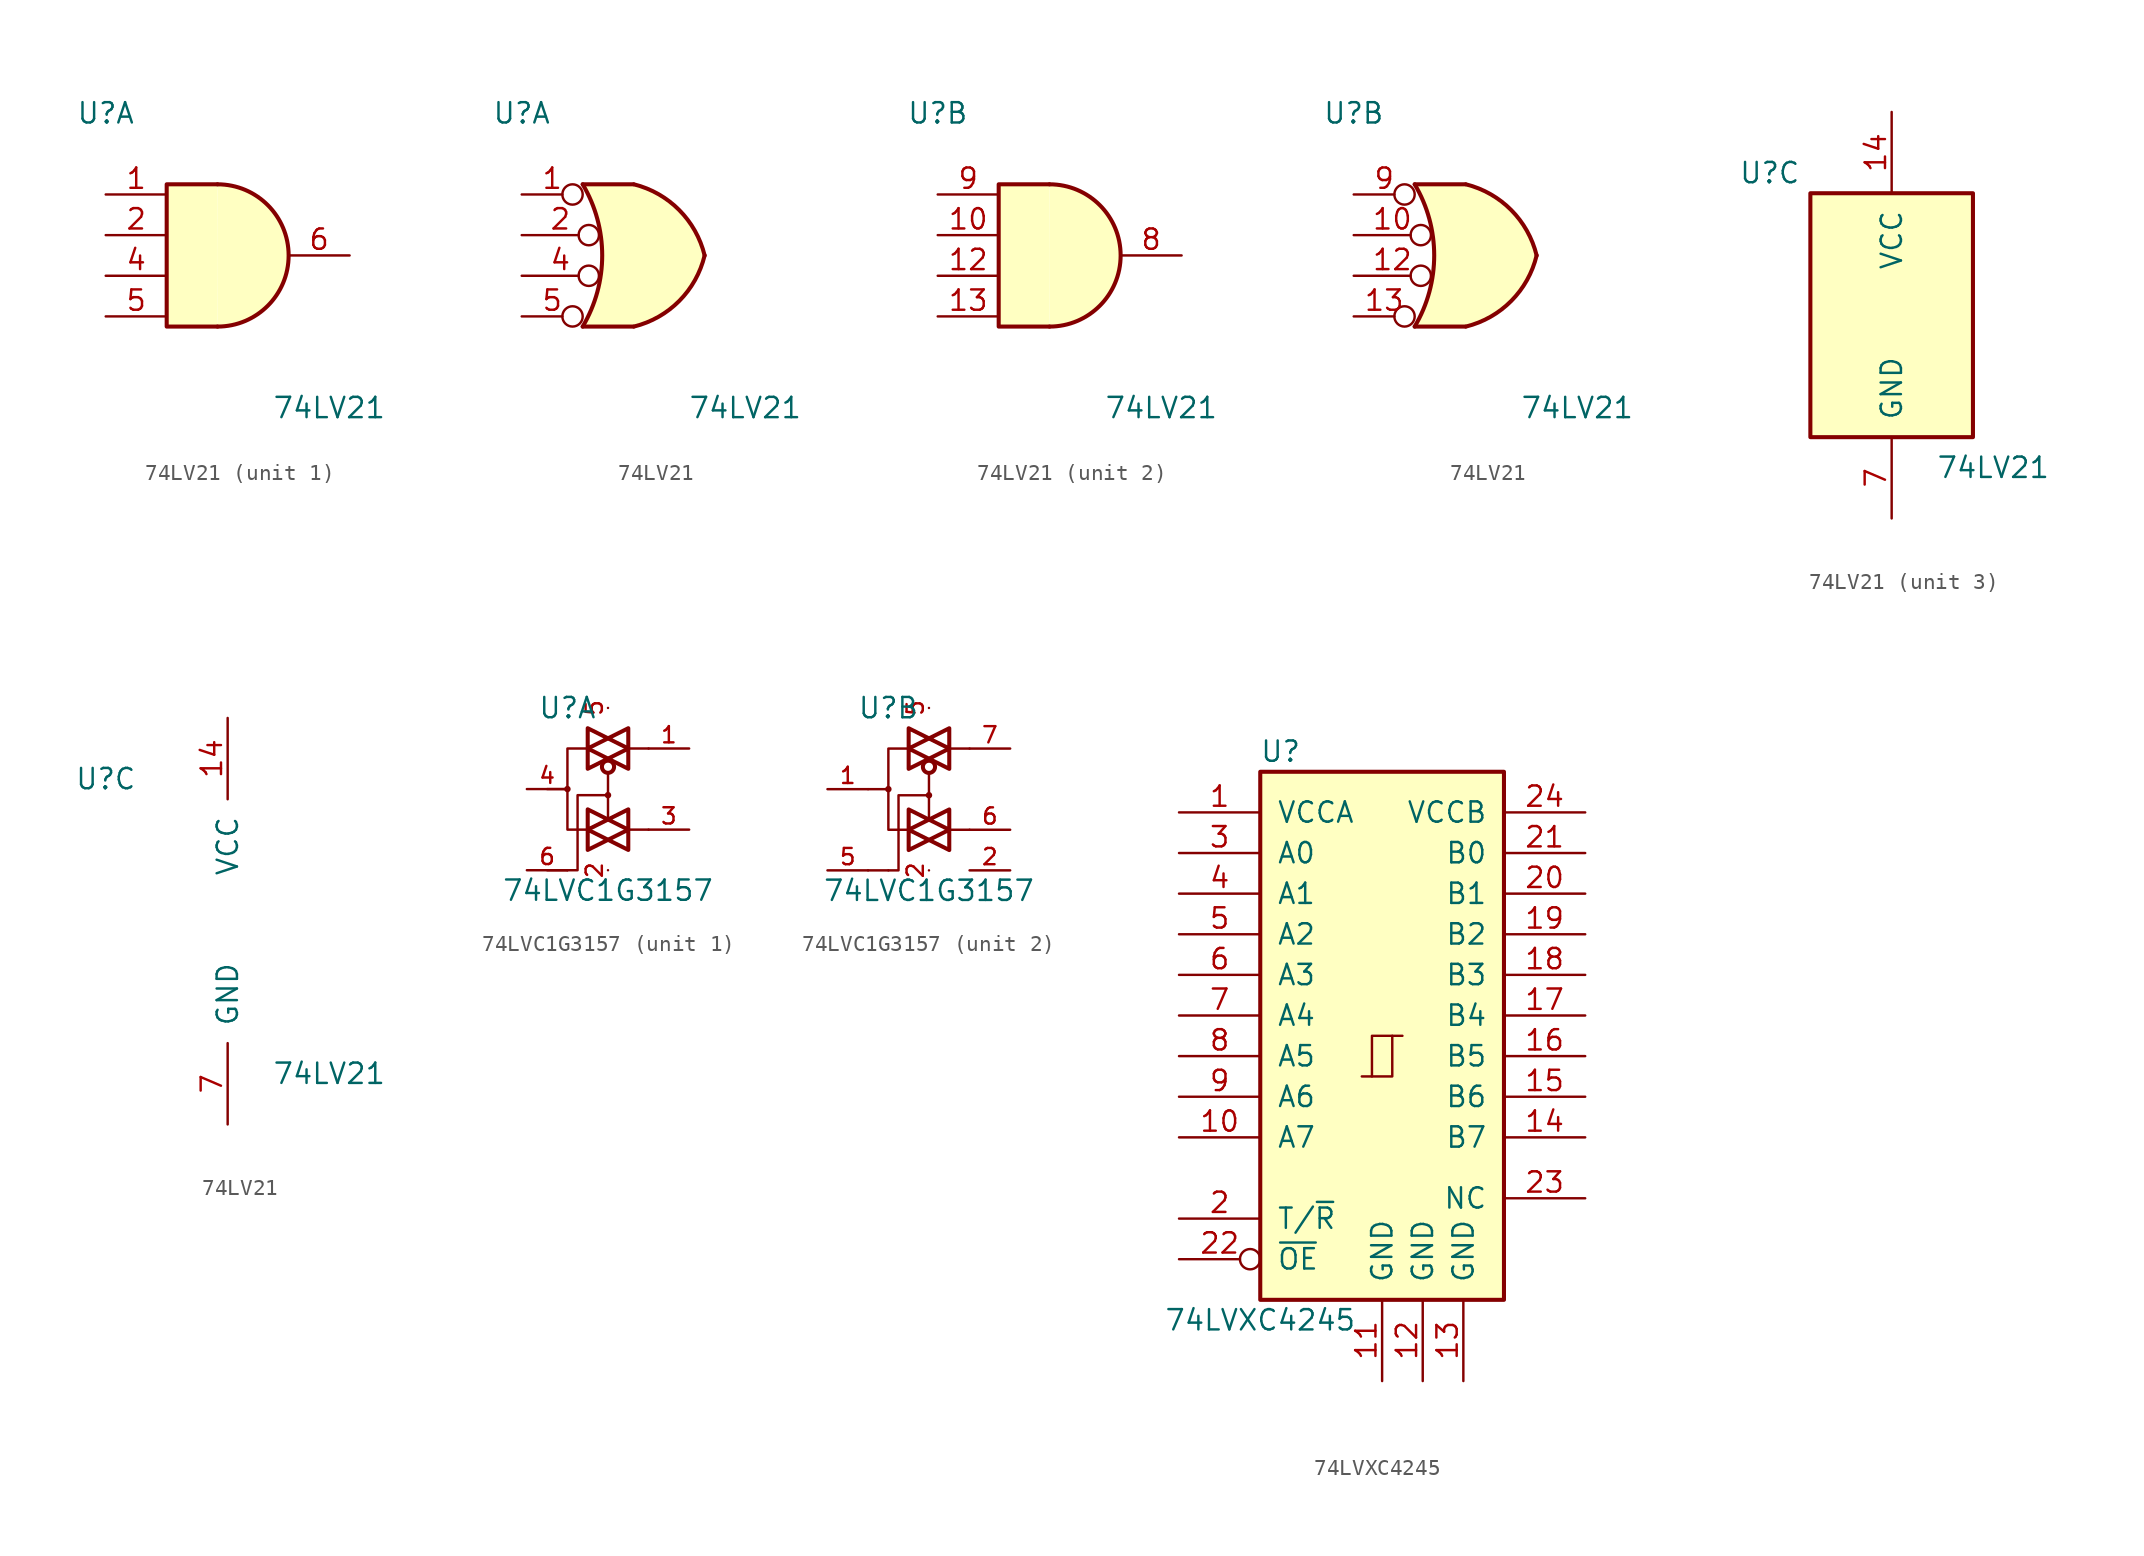
<source format=kicad_sym>
(kicad_symbol_lib
  (version 20211014)
  (generator kicad_symbol_editor)
  (symbol "74LV21"
    (pin_names
      (offset 1.016))
    (property "Reference" "U"
      (at -7.62 8.89 0)
      (effects (font (size 1.27 1.27))))
    (property "Value" "74LV21"
      (at 6.35 -9.525 0)
      (effects (font (size 1.27 1.27))))
    (property "ki_locked" ""
      (at 0 0 0)
      (effects (font (size 1.27 1.27))))
    (symbol "74LV21_1_1"
      (arc (start -0.635 -4.445) (mid 3.81 0) (end -0.635 4.445) (stroke (width 0.254) (type default) (color 0 0 0 0)) (fill (type background)))
      (polyline (pts (xy -0.635 4.445) (xy -3.81 4.445) (xy -3.81 -4.445) (xy -0.635 -4.445)) (stroke (width 0.254) (type default) (color 0 0 0 0)) (fill (type background)))
      (pin input line (at -7.62 3.81 0) (length 3.81) (name "~" (effects (font (size 1.27 1.27)))) (number "1" (effects (font (size 1.27 1.27)))))
      (pin input line (at -7.62 1.27 0) (length 3.81) (name "~" (effects (font (size 1.27 1.27)))) (number "2" (effects (font (size 1.27 1.27)))))
      (pin input line (at -7.62 -1.27 0) (length 3.81) (name "~" (effects (font (size 1.27 1.27)))) (number "4" (effects (font (size 1.27 1.27)))))
      (pin input line (at -7.62 -3.81 0) (length 3.81) (name "~" (effects (font (size 1.27 1.27)))) (number "5" (effects (font (size 1.27 1.27)))))
      (pin output line (at 7.62 0 180) (length 3.81) (name "~" (effects (font (size 1.27 1.27)))) (number "6" (effects (font (size 1.27 1.27))))))
    (symbol "74LV21_1_2"
      (arc (start -3.81 -4.445) (mid -2.5908 0) (end -3.81 4.445) (stroke (width 0.254) (type default) (color 0 0 0 0)) (fill (type none)))
      (arc (start -0.6096 -4.445) (mid 2.2246 -2.8422) (end 3.81 0) (stroke (width 0.254) (type default) (color 0 0 0 0)) (fill (type background)))
      (polyline (pts (xy -3.81 -4.445) (xy -0.635 -4.445)) (stroke (width 0.254) (type default) (color 0 0 0 0)) (fill (type background)))
      (polyline (pts (xy -3.81 4.445) (xy -0.635 4.445)) (stroke (width 0.254) (type default) (color 0 0 0 0)) (fill (type background)))
      (polyline (pts (xy -0.635 4.445) (xy -3.81 4.445) (xy -3.81 4.445) (xy -3.632 4.089) (xy -3.099 2.921) (xy -2.769 1.676) (xy -2.616 0.432) (xy -2.642 -0.864) (xy -2.87 -2.108) (xy -3.251 -3.327) (xy -3.81 -4.445) (xy -3.81 -4.445) (xy -0.635 -4.445)) (stroke (width -25.4) (type default) (color 0 0 0 0)) (fill (type background)))
      (arc (start 3.81 0) (mid 2.2204 2.8379) (end -0.6096 4.445) (stroke (width 0.254) (type default) (color 0 0 0 0)) (fill (type background)))
      (pin input inverted (at -7.62 3.81 0) (length 3.81) (name "~" (effects (font (size 1.27 1.27)))) (number "1" (effects (font (size 1.27 1.27)))))
      (pin input inverted (at -7.62 1.27 0) (length 4.826) (name "~" (effects (font (size 1.27 1.27)))) (number "2" (effects (font (size 1.27 1.27)))))
      (pin input inverted (at -7.62 -1.27 0) (length 4.826) (name "~" (effects (font (size 1.27 1.27)))) (number "4" (effects (font (size 1.27 1.27)))))
      (pin input inverted (at -7.62 -3.81 0) (length 3.81) (name "~" (effects (font (size 1.27 1.27)))) (number "5" (effects (font (size 1.27 1.27))))))
    (symbol "74LV21_2_1"
      (arc (start -0.635 -4.445) (mid 3.81 0) (end -0.635 4.445) (stroke (width 0.254) (type default) (color 0 0 0 0)) (fill (type background)))
      (polyline (pts (xy -0.635 4.445) (xy -3.81 4.445) (xy -3.81 -4.445) (xy -0.635 -4.445)) (stroke (width 0.254) (type default) (color 0 0 0 0)) (fill (type background)))
      (pin input line (at -7.62 1.27 0) (length 3.81) (name "~" (effects (font (size 1.27 1.27)))) (number "10" (effects (font (size 1.27 1.27)))))
      (pin input line (at -7.62 -1.27 0) (length 3.81) (name "~" (effects (font (size 1.27 1.27)))) (number "12" (effects (font (size 1.27 1.27)))))
      (pin input line (at -7.62 -3.81 0) (length 3.81) (name "~" (effects (font (size 1.27 1.27)))) (number "13" (effects (font (size 1.27 1.27)))))
      (pin output line (at 7.62 0 180) (length 3.81) (name "~" (effects (font (size 1.27 1.27)))) (number "8" (effects (font (size 1.27 1.27)))))
      (pin input line (at -7.62 3.81 0) (length 3.81) (name "~" (effects (font (size 1.27 1.27)))) (number "9" (effects (font (size 1.27 1.27))))))
    (symbol "74LV21_2_2"
      (arc (start -3.81 -4.445) (mid -2.5908 0) (end -3.81 4.445) (stroke (width 0.254) (type default) (color 0 0 0 0)) (fill (type none)))
      (arc (start -0.6096 -4.445) (mid 2.2246 -2.8422) (end 3.81 0) (stroke (width 0.254) (type default) (color 0 0 0 0)) (fill (type background)))
      (polyline (pts (xy -3.81 -4.445) (xy -0.635 -4.445)) (stroke (width 0.254) (type default) (color 0 0 0 0)) (fill (type background)))
      (polyline (pts (xy -3.81 4.445) (xy -0.635 4.445)) (stroke (width 0.254) (type default) (color 0 0 0 0)) (fill (type background)))
      (polyline (pts (xy -0.635 4.445) (xy -3.81 4.445) (xy -3.81 4.445) (xy -3.632 4.089) (xy -3.099 2.921) (xy -2.769 1.676) (xy -2.616 0.432) (xy -2.642 -0.864) (xy -2.87 -2.108) (xy -3.251 -3.327) (xy -3.81 -4.445) (xy -3.81 -4.445) (xy -0.635 -4.445)) (stroke (width -25.4) (type default) (color 0 0 0 0)) (fill (type background)))
      (arc (start 3.81 0) (mid 2.2204 2.8379) (end -0.6096 4.445) (stroke (width 0.254) (type default) (color 0 0 0 0)) (fill (type background)))
      (pin input inverted (at -7.62 1.27 0) (length 4.826) (name "~" (effects (font (size 1.27 1.27)))) (number "10" (effects (font (size 1.27 1.27)))))
      (pin input inverted (at -7.62 -1.27 0) (length 4.826) (name "~" (effects (font (size 1.27 1.27)))) (number "12" (effects (font (size 1.27 1.27)))))
      (pin input inverted (at -7.62 -3.81 0) (length 3.81) (name "~" (effects (font (size 1.27 1.27)))) (number "13" (effects (font (size 1.27 1.27)))))
      (pin input inverted (at -7.62 3.81 0) (length 3.81) (name "~" (effects (font (size 1.27 1.27)))) (number "9" (effects (font (size 1.27 1.27))))))
    (symbol "74LV21_3_0"
      (pin power_in line (at 0 12.7 270) (length 5.08) (name "VCC" (effects (font (size 1.27 1.27)))) (number "14" (effects (font (size 1.27 1.27)))))
      (pin power_in line (at 0 -12.7 90) (length 5.08) (name "GND" (effects (font (size 1.27 1.27)))) (number "7" (effects (font (size 1.27 1.27))))))
    (symbol "74LV21_3_1"
      (rectangle (start -5.08 7.62) (end 5.08 -7.62) (stroke (width 0.254) (type default) (color 0 0 0 0)) (fill (type background)))))
  (symbol "74LVC1G3157"
    (pin_names
      (offset 1.016))
    (property "Reference" "U"
      (at -2.54 5.08 0)
      (effects (font (size 1.27 1.27))))
    (property "Value" "74LVC1G3157"
      (at 0 -6.35 0)
      (effects (font (size 1.27 1.27))))
    (symbol "74LVC1G3157_0_1"
      (circle (center -2.54 0) (radius 0.127) (stroke (width 0) (type default) (color 0 0 0 0)) (fill (type none)))
      (circle (center 0 -0.381) (radius 0.127) (stroke (width 0) (type default) (color 0 0 0 0)) (fill (type none)))
      (polyline (pts (xy -3.81 -5.08) (xy -2.54 -5.08)) (stroke (width 0) (type default) (color 0 0 0 0)) (fill (type none)))
      (polyline (pts (xy -3.81 0) (xy -2.54 0)) (stroke (width 0) (type default) (color 0 0 0 0)) (fill (type none)))
      (polyline (pts (xy 2.54 -2.54) (xy 1.27 -2.54)) (stroke (width 0) (type default) (color 0 0 0 0)) (fill (type none)))
      (polyline (pts (xy 2.54 2.54) (xy 1.27 2.54)) (stroke (width 0) (type default) (color 0 0 0 0)) (fill (type none)))
      (polyline (pts (xy 0 1.016) (xy 0 0) (xy 0 -1.905)) (stroke (width 0) (type default) (color 0 0 0 0)) (fill (type none)))
      (polyline (pts (xy -1.27 -2.54) (xy 0 -3.175) (xy -1.27 -3.81) (xy -1.27 -2.54)) (stroke (width 0.254) (type default) (color 0 0 0 0)) (fill (type none)))
      (polyline (pts (xy -1.27 -1.27) (xy -1.27 -2.54) (xy 0 -1.905) (xy -1.27 -1.27)) (stroke (width 0.254) (type default) (color 0 0 0 0)) (fill (type none)))
      (polyline (pts (xy -1.27 2.54) (xy 0 1.905) (xy -1.27 1.27) (xy -1.27 2.54)) (stroke (width 0.254) (type default) (color 0 0 0 0)) (fill (type none)))
      (polyline (pts (xy -1.27 3.81) (xy 0 3.175) (xy -1.27 2.54) (xy -1.27 3.81)) (stroke (width 0.254) (type default) (color 0 0 0 0)) (fill (type none)))
      (polyline (pts (xy 0 -0.381) (xy -1.905 -0.381) (xy -1.905 -5.08) (xy -2.54 -5.08)) (stroke (width 0) (type default) (color 0 0 0 0)) (fill (type none)))
      (polyline (pts (xy 1.27 -2.54) (xy 0 -3.175) (xy 1.27 -3.81) (xy 1.27 -2.54)) (stroke (width 0.254) (type default) (color 0 0 0 0)) (fill (type none)))
      (polyline (pts (xy 1.27 -1.27) (xy 1.27 -2.54) (xy 0 -1.905) (xy 1.27 -1.27)) (stroke (width 0.254) (type default) (color 0 0 0 0)) (fill (type none)))
      (polyline (pts (xy 1.27 2.54) (xy 1.27 1.27) (xy 0 1.905) (xy 1.27 2.54)) (stroke (width 0.254) (type default) (color 0 0 0 0)) (fill (type none)))
      (polyline (pts (xy 1.27 2.54) (xy 1.27 3.81) (xy 0 3.175) (xy 1.27 2.54)) (stroke (width 0.254) (type default) (color 0 0 0 0)) (fill (type none)))
      (polyline (pts (xy -1.27 2.54) (xy -2.54 2.54) (xy -2.54 0) (xy -2.54 -2.54) (xy -1.27 -2.54)) (stroke (width 0) (type default) (color 0 0 0 0)) (fill (type none)))
      (circle (center 0 1.397) (radius 0.381) (stroke (width 0.254) (type default) (color 0 0 0 0)) (fill (type none)))
      (pin power_in line (at 0 -5.08 270) (length 0) (name "~" (effects (font (size 1.016 1.016)))) (number "2" (effects (font (size 1.016 1.016)))))
      (pin power_in line (at 0 5.08 90) (length 0) (name "~" (effects (font (size 1.016 1.016)))) (number "5" (effects (font (size 1.016 1.016))))))
    (symbol "74LVC1G3157_1_1"
      (pin bidirectional line (at 5.08 2.54 180) (length 2.54) (name "~" (effects (font (size 1.016 1.016)))) (number "1" (effects (font (size 1.016 1.016)))))
      (pin bidirectional line (at 5.08 -2.54 180) (length 2.54) (name "~" (effects (font (size 1.016 1.016)))) (number "3" (effects (font (size 1.016 1.016)))))
      (pin bidirectional line (at -5.08 0 0) (length 2.54) (name "~" (effects (font (size 1.016 1.016)))) (number "4" (effects (font (size 1.016 1.016)))))
      (pin input line (at -5.08 -5.08 0) (length 2.54) (name "~" (effects (font (size 1.016 1.016)))) (number "6" (effects (font (size 1.016 1.016))))))
    (symbol "74LVC1G3157_2_1"
      (pin bidirectional line (at -6.35 0 0) (length 2.54) (name "~" (effects (font (size 1.016 1.016)))) (number "1" (effects (font (size 1.016 1.016)))))
      (pin input line (at 5.08 -5.08 180) (length 2.54) (name "~" (effects (font (size 1.016 1.016)))) (number "2" (effects (font (size 1.016 1.016)))))
      (pin input line (at -6.35 -5.08 0) (length 2.54) (name "~" (effects (font (size 1.016 1.016)))) (number "5" (effects (font (size 1.016 1.016)))))
      (pin bidirectional line (at 5.08 -2.54 180) (length 2.54) (name "~" (effects (font (size 1.016 1.016)))) (number "6" (effects (font (size 1.016 1.016)))))
      (pin bidirectional line (at 5.08 2.54 180) (length 2.54) (name "~" (effects (font (size 1.016 1.016)))) (number "7" (effects (font (size 1.016 1.016)))))))
  (symbol "74LVXC4245"
    (pin_names
      (offset 1.016))
    (property "Reference" "U"
      (at -6.35 19.05 0)
      (effects (font (size 1.27 1.27))))
    (property "Value" "74LVXC4245"
      (at -7.62 -16.51 0)
      (effects (font (size 1.27 1.27))))
    (symbol "74LVXC4245_1_0"
      (polyline (pts (xy -0.635 -1.27) (xy -0.635 1.27) (xy 0.635 1.27)) (stroke (width 0) (type default) (color 0 0 0 0)) (fill (type none)))
      (polyline (pts (xy -1.27 -1.27) (xy 0.635 -1.27) (xy 0.635 1.27) (xy 1.27 1.27)) (stroke (width 0) (type default) (color 0 0 0 0)) (fill (type none)))
      (pin power_in line (at -12.7 15.24 0) (length 5.08) (name "VCCA" (effects (font (size 1.27 1.27)))) (number "1" (effects (font (size 1.27 1.27)))))
      (pin tri_state line (at -12.7 -5.08 0) (length 5.08) (name "A7" (effects (font (size 1.27 1.27)))) (number "10" (effects (font (size 1.27 1.27)))))
      (pin power_in line (at 0 -20.32 90) (length 5.08) (name "GND" (effects (font (size 1.27 1.27)))) (number "11" (effects (font (size 1.27 1.27)))))
      (pin power_in line (at 2.54 -20.32 90) (length 5.08) (name "GND" (effects (font (size 1.27 1.27)))) (number "12" (effects (font (size 1.27 1.27)))))
      (pin power_in line (at 5.08 -20.32 90) (length 5.08) (name "GND" (effects (font (size 1.27 1.27)))) (number "13" (effects (font (size 1.27 1.27)))))
      (pin tri_state line (at 12.7 -5.08 180) (length 5.08) (name "B7" (effects (font (size 1.27 1.27)))) (number "14" (effects (font (size 1.27 1.27)))))
      (pin tri_state line (at 12.7 -2.54 180) (length 5.08) (name "B6" (effects (font (size 1.27 1.27)))) (number "15" (effects (font (size 1.27 1.27)))))
      (pin tri_state line (at 12.7 0 180) (length 5.08) (name "B5" (effects (font (size 1.27 1.27)))) (number "16" (effects (font (size 1.27 1.27)))))
      (pin tri_state line (at 12.7 2.54 180) (length 5.08) (name "B4" (effects (font (size 1.27 1.27)))) (number "17" (effects (font (size 1.27 1.27)))))
      (pin tri_state line (at 12.7 5.08 180) (length 5.08) (name "B3" (effects (font (size 1.27 1.27)))) (number "18" (effects (font (size 1.27 1.27)))))
      (pin tri_state line (at 12.7 7.62 180) (length 5.08) (name "B2" (effects (font (size 1.27 1.27)))) (number "19" (effects (font (size 1.27 1.27)))))
      (pin input line (at -12.7 -10.16 0) (length 5.08) (name "T/~{R}" (effects (font (size 1.27 1.27)))) (number "2" (effects (font (size 1.27 1.27)))))
      (pin tri_state line (at 12.7 10.16 180) (length 5.08) (name "B1" (effects (font (size 1.27 1.27)))) (number "20" (effects (font (size 1.27 1.27)))))
      (pin tri_state line (at 12.7 12.7 180) (length 5.08) (name "B0" (effects (font (size 1.27 1.27)))) (number "21" (effects (font (size 1.27 1.27)))))
      (pin input inverted (at -12.7 -12.7 0) (length 5.08) (name "~{OE}" (effects (font (size 1.27 1.27)))) (number "22" (effects (font (size 1.27 1.27)))))
      (pin input line (at 12.7 -8.89 180) (length 5.08) (name "NC" (effects (font (size 1.27 1.27)))) (number "23" (effects (font (size 1.27 1.27)))))
      (pin power_in line (at 12.7 15.24 180) (length 5.08) (name "VCCB" (effects (font (size 1.27 1.27)))) (number "24" (effects (font (size 1.27 1.27)))))
      (pin tri_state line (at -12.7 12.7 0) (length 5.08) (name "A0" (effects (font (size 1.27 1.27)))) (number "3" (effects (font (size 1.27 1.27)))))
      (pin tri_state line (at -12.7 10.16 0) (length 5.08) (name "A1" (effects (font (size 1.27 1.27)))) (number "4" (effects (font (size 1.27 1.27)))))
      (pin tri_state line (at -12.7 7.62 0) (length 5.08) (name "A2" (effects (font (size 1.27 1.27)))) (number "5" (effects (font (size 1.27 1.27)))))
      (pin tri_state line (at -12.7 5.08 0) (length 5.08) (name "A3" (effects (font (size 1.27 1.27)))) (number "6" (effects (font (size 1.27 1.27)))))
      (pin tri_state line (at -12.7 2.54 0) (length 5.08) (name "A4" (effects (font (size 1.27 1.27)))) (number "7" (effects (font (size 1.27 1.27)))))
      (pin tri_state line (at -12.7 0 0) (length 5.08) (name "A5" (effects (font (size 1.27 1.27)))) (number "8" (effects (font (size 1.27 1.27)))))
      (pin tri_state line (at -12.7 -2.54 0) (length 5.08) (name "A6" (effects (font (size 1.27 1.27)))) (number "9" (effects (font (size 1.27 1.27))))))
    (symbol "74LVXC4245_1_1"
      (rectangle (start -7.62 17.78) (end 7.62 -15.24) (stroke (width 0.254) (type default) (color 0 0 0 0)) (fill (type background))))))
</source>
